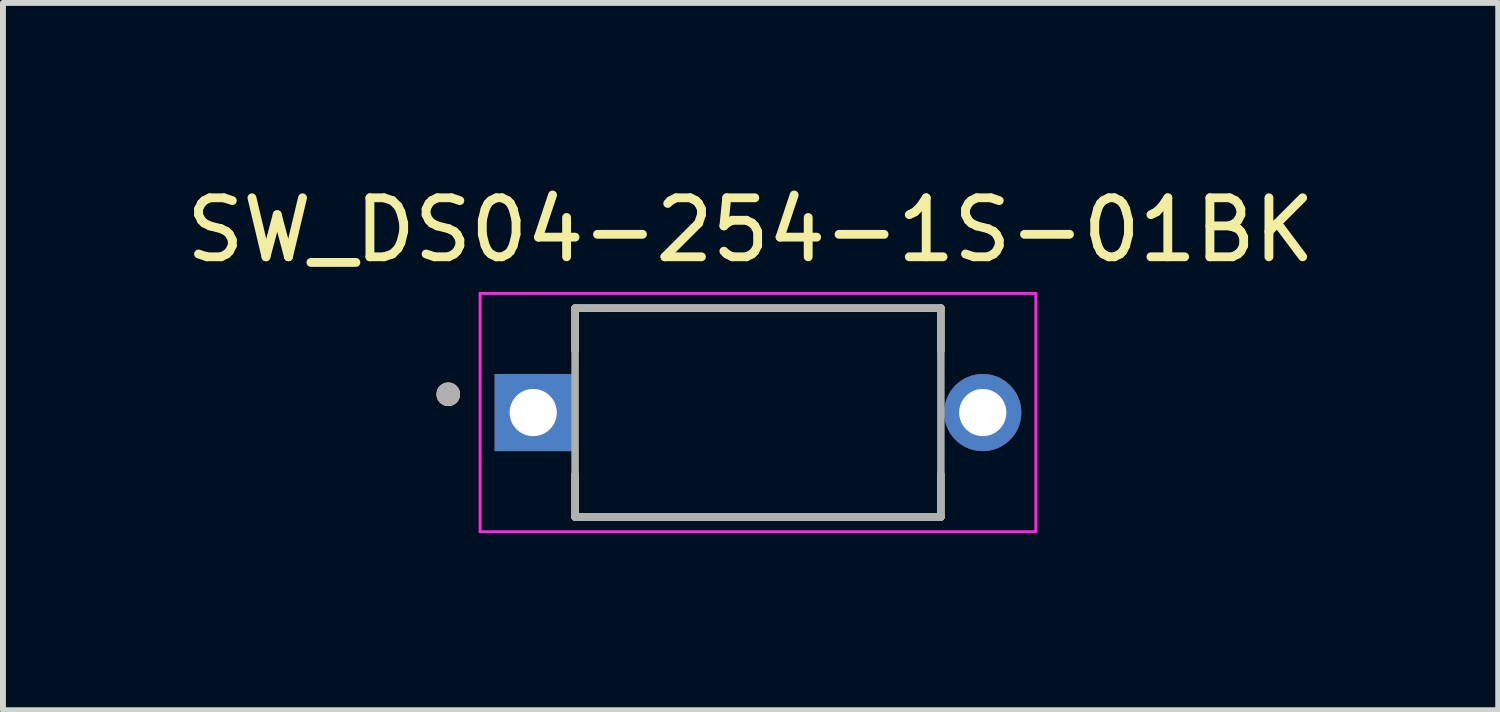
<source format=kicad_pcb>
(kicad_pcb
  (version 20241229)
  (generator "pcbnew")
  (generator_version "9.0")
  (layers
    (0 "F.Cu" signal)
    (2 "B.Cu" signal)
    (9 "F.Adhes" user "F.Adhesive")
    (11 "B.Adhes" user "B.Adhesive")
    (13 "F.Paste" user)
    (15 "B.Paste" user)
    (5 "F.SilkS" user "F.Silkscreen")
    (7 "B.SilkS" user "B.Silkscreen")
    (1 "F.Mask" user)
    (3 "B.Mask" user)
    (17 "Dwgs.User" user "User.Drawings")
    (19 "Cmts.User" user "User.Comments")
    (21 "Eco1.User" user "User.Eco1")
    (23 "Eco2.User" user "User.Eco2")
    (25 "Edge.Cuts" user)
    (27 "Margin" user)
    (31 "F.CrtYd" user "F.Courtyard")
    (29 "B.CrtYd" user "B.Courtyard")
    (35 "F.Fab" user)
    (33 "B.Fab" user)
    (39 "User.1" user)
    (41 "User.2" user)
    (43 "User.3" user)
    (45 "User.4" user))
  (footprint "SW_DS04-254-1S-01BK"
    (layer "F.Cu")
    (at 9.798 3.943)
    (property "Reference" "SW_DS04-254-1S-01BK" (at -0.125 -3.095 0) (layer "F.SilkS") (effects (font (size 1 1) (thickness 0.15))))
    (attr through_hole)
    (fp_line (start -3.1 -1.77) (end -3.1 -1.05) (stroke (width 0.127) (type solid)) (layer "F.SilkS"))
    (fp_line (start -3.1 1.05) (end -3.1 1.77) (stroke (width 0.127) (type solid)) (layer "F.SilkS"))
    (fp_line (start -3.1 1.77) (end 3.1 1.77) (stroke (width 0.127) (type solid)) (layer "F.SilkS"))
    (fp_line (start 3.1 -1.77) (end -3.1 -1.77) (stroke (width 0.127) (type solid)) (layer "F.SilkS"))
    (fp_line (start 3.1 -1.05) (end 3.1 -1.77) (stroke (width 0.127) (type solid)) (layer "F.SilkS"))
    (fp_line (start 3.1 1.77) (end 3.1 1.05) (stroke (width 0.127) (type solid)) (layer "F.SilkS"))
    (fp_circle (center -5.25 -0.31) (end -5.15 -0.31) (stroke (width 0.2) (type solid)) (fill no) (layer "F.SilkS"))
    (fp_line (start -4.71 -2.02) (end 4.71 -2.02) (stroke (width 0.05) (type solid)) (layer "F.CrtYd"))
    (fp_line (start -4.71 2.02) (end -4.71 -2.02) (stroke (width 0.05) (type solid)) (layer "F.CrtYd"))
    (fp_line (start 4.71 -2.02) (end 4.71 2.02) (stroke (width 0.05) (type solid)) (layer "F.CrtYd"))
    (fp_line (start 4.71 2.02) (end -4.71 2.02) (stroke (width 0.05) (type solid)) (layer "F.CrtYd"))
    (fp_line (start -3.1 -1.77) (end -3.1 1.77) (stroke (width 0.127) (type solid)) (layer "F.Fab"))
    (fp_line (start -3.1 1.77) (end 3.1 1.77) (stroke (width 0.127) (type solid)) (layer "F.Fab"))
    (fp_line (start 3.1 -1.77) (end -3.1 -1.77) (stroke (width 0.127) (type solid)) (layer "F.Fab"))
    (fp_line (start 3.1 1.77) (end 3.1 -1.77) (stroke (width 0.127) (type solid)) (layer "F.Fab"))
    (fp_circle (center -5.25 -0.31) (end -5.15 -0.31) (stroke (width 0.2) (type solid)) (fill no) (layer "F.Fab"))
    (pad "1A" thru_hole rect (at -3.81 0) (size 1.308 1.308) (drill 0.8) (layers "*.Cu" "*.Mask"))
    (pad "1B" thru_hole circle (at 3.81 0) (size 1.308 1.308) (drill 0.8) (layers "*.Cu" "*.Mask")))
  (gr_rect
    (start -3 -3)
    (end 22.345 8.988)
    (stroke (width 0.1) (type default))
    (fill no)
    (layer "Edge.Cuts")))
</source>
